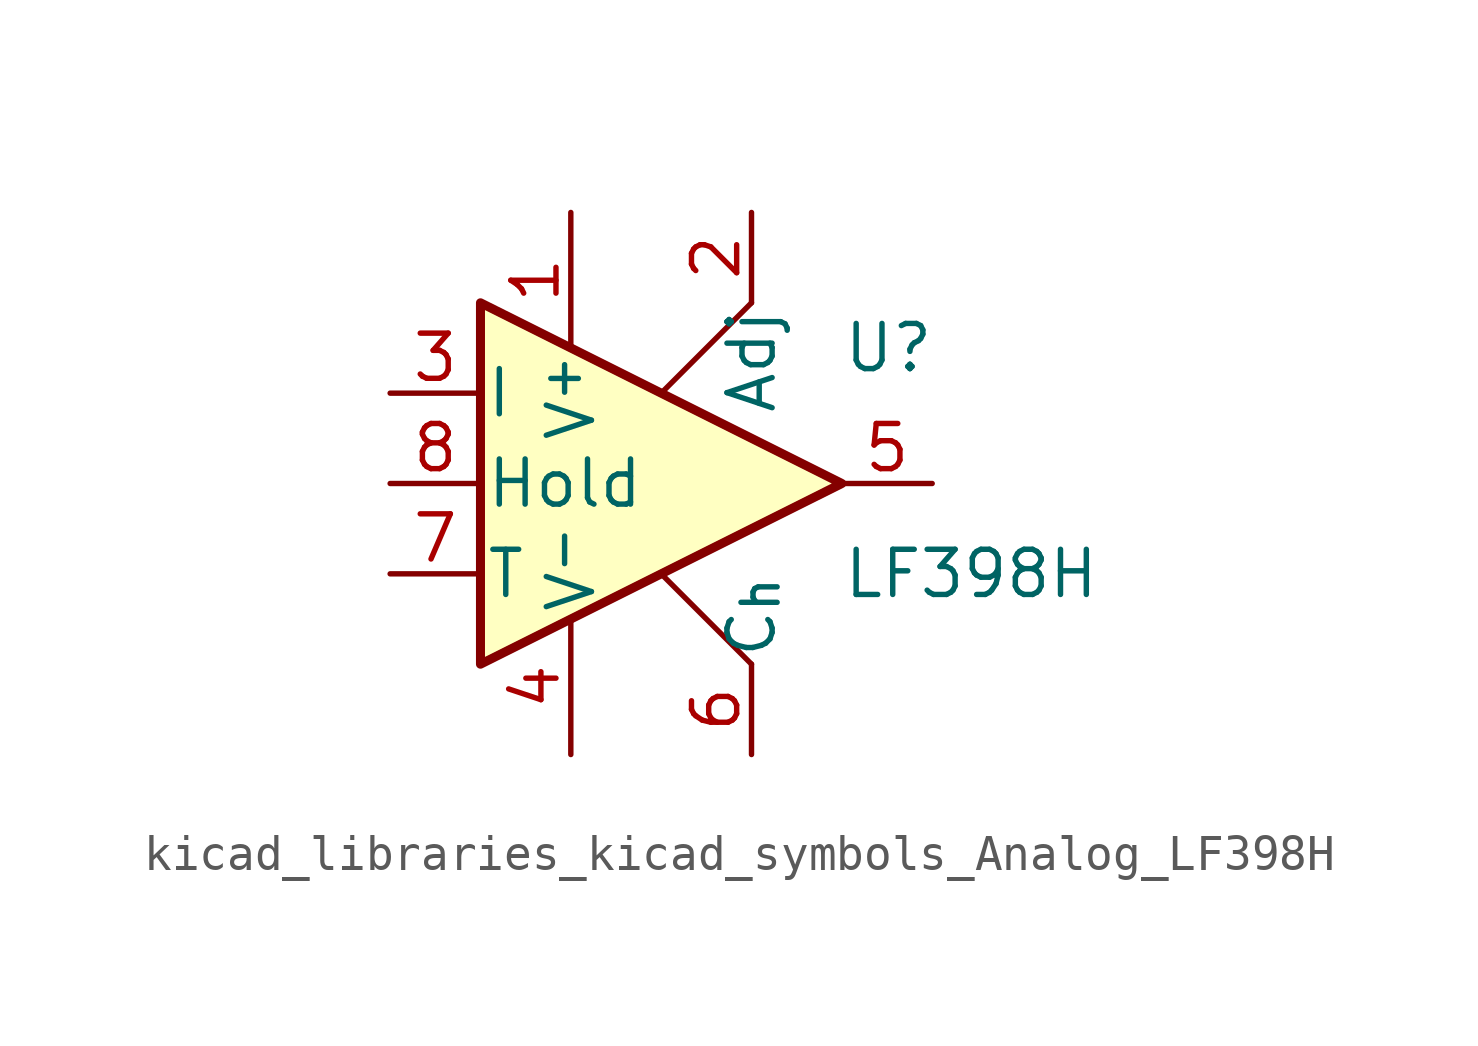
<source format=kicad_sym>
(kicad_symbol_lib
  (version 20220914)
  (generator kicad_symbol_editor)
  (symbol "kicad_libraries_kicad_symbols_Analog_LF398H"
    (pin_names
      (offset 0.127))
    (property "Reference" "U"
      (at 5.08 3.81 0)
      (effects (font (size 1.27 1.27)) (justify left)))
    (property "Value" "LF398H"
      (at 5.08 -2.54 0)
      (effects (font (size 1.27 1.27)) (justify left)))
    (symbol "kicad_libraries_kicad_symbols_Analog_LF398H_0_1"
      (polyline (pts (xy 0 -2.54) (xy 2.54 -5.08)) (stroke (width 0) (type default)) (fill (type none)))
      (polyline (pts (xy 2.54 5.08) (xy 0 2.54)) (stroke (width 0) (type default)) (fill (type none)))
      (polyline (pts (xy -5.08 5.08) (xy 5.08 0) (xy -5.08 -5.08) (xy -5.08 5.08)) (stroke (width 0.254) (type default)) (fill (type background))))
    (symbol "kicad_libraries_kicad_symbols_Analog_LF398H_1_1"
      (pin passive line (at -2.54 7.62 270) (length 3.81) (name "V^{+}" (effects (font (size 1.27 1.27)))) (number "1" (effects (font (size 1.27 1.27)))))
      (pin passive line (at 2.54 7.62 270) (length 2.54) (name "Adj" (effects (font (size 1.27 1.27)))) (number "2" (effects (font (size 1.27 1.27)))))
      (pin input line (at -7.62 2.54 0) (length 2.54) (name "I" (effects (font (size 1.27 1.27)))) (number "3" (effects (font (size 1.27 1.27)))))
      (pin passive line (at -2.54 -7.62 90) (length 3.81) (name "V^{-}" (effects (font (size 1.27 1.27)))) (number "4" (effects (font (size 1.27 1.27)))))
      (pin output line (at 7.62 0 180) (length 2.54) (name "~" (effects (font (size 1.27 1.27)))) (number "5" (effects (font (size 1.27 1.27)))))
      (pin passive line (at 2.54 -7.62 90) (length 2.54) (name "C_{h}" (effects (font (size 1.27 1.27)))) (number "6" (effects (font (size 1.27 1.27)))))
      (pin passive line (at -7.62 -2.54 0) (length 2.54) (name "T" (effects (font (size 1.27 1.27)))) (number "7" (effects (font (size 1.27 1.27)))))
      (pin input line (at -7.62 0 0) (length 2.54) (name "Hold" (effects (font (size 1.27 1.27)))) (number "8" (effects (font (size 1.27 1.27))))))))
</source>
